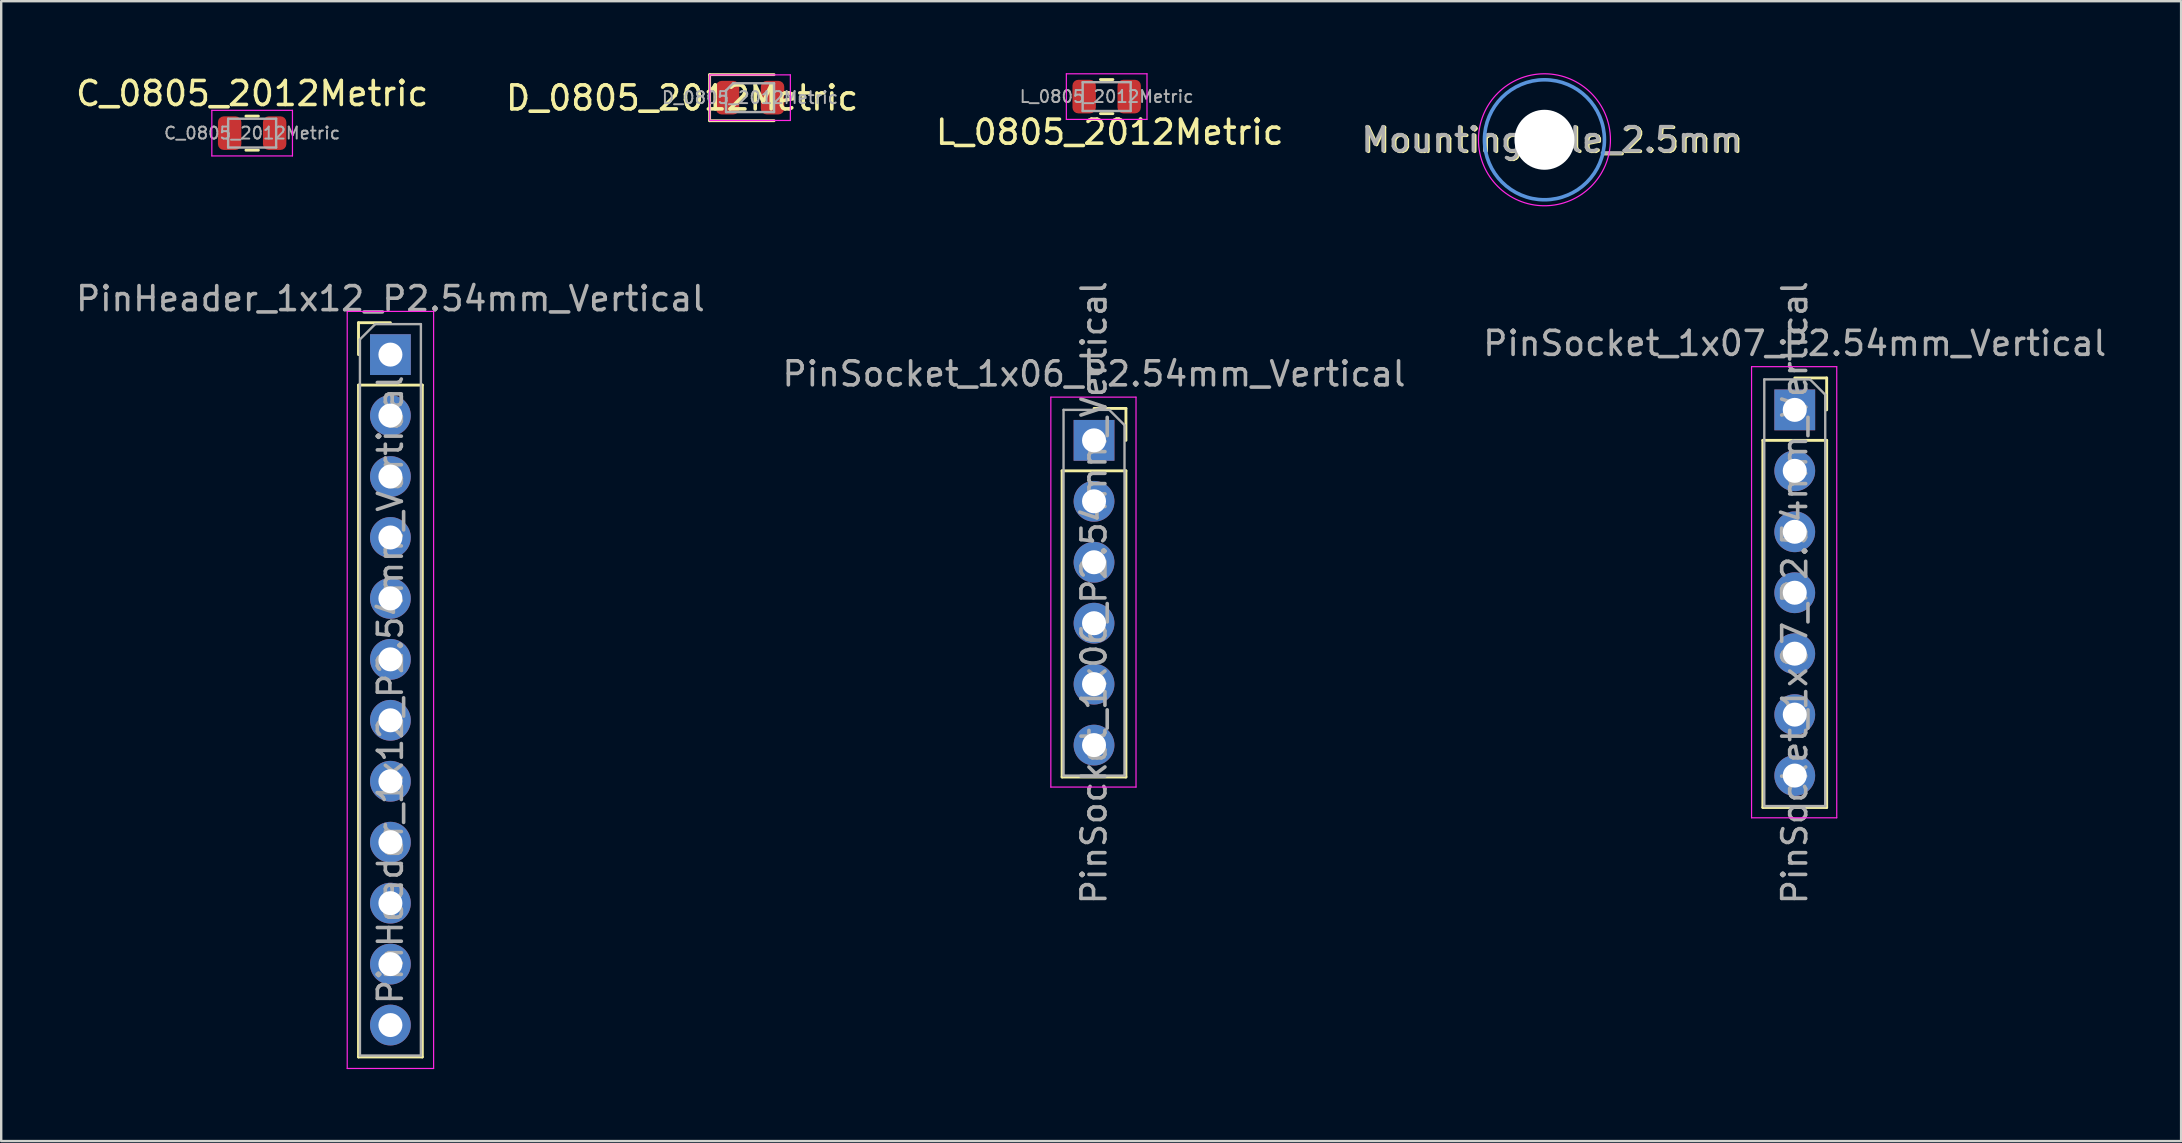
<source format=kicad_pcb>
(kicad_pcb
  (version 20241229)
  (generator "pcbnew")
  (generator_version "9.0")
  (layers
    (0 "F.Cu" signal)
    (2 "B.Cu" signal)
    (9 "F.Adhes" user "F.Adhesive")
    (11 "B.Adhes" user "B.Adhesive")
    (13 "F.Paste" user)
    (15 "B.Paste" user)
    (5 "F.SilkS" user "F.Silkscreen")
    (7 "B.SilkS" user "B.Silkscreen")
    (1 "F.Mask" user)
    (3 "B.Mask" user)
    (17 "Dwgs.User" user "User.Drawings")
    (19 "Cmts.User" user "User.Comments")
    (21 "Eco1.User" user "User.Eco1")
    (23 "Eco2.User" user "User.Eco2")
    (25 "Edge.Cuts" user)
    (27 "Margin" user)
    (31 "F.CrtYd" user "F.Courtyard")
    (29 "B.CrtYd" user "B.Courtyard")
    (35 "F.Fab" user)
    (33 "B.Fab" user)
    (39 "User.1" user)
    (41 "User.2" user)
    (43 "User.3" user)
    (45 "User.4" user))
  (footprint "L_0805_2012Metric"
    (layer "F.Cu")
    (at 43.069 0.975)
    (property "Reference" "L_0805_2012Metric" (at 0.127 1.486 180) (layer "F.SilkS") (effects (font (size 1 1) (thickness 0.15))))
    (attr smd)
    (fp_line (start -0.259 -0.71) (end 0.259 -0.71) (stroke (width 0.12) (type solid)) (layer "F.SilkS"))
    (fp_line (start -0.259 0.71) (end 0.259 0.71) (stroke (width 0.12) (type solid)) (layer "F.SilkS"))
    (fp_line (start -1.68 -0.95) (end 1.68 -0.95) (stroke (width 0.05) (type solid)) (layer "F.CrtYd"))
    (fp_line (start -1.68 0.95) (end -1.68 -0.95) (stroke (width 0.05) (type solid)) (layer "F.CrtYd"))
    (fp_line (start 1.68 -0.95) (end 1.68 0.95) (stroke (width 0.05) (type solid)) (layer "F.CrtYd"))
    (fp_line (start 1.68 0.95) (end -1.68 0.95) (stroke (width 0.05) (type solid)) (layer "F.CrtYd"))
    (fp_line (start -1 -0.6) (end 1 -0.6) (stroke (width 0.1) (type solid)) (layer "F.Fab"))
    (fp_line (start -1 0.6) (end -1 -0.6) (stroke (width 0.1) (type solid)) (layer "F.Fab"))
    (fp_line (start 1 -0.6) (end 1 0.6) (stroke (width 0.1) (type solid)) (layer "F.Fab"))
    (fp_line (start 1 0.6) (end -1 0.6) (stroke (width 0.1) (type solid)) (layer "F.Fab"))
    (fp_text user "${REFERENCE}" (at 0 0 180) (layer "F.Fab") (effects (font (size 0.5 0.5) (thickness 0.08))))
    (pad "1" smd roundrect (at -0.938 0) (size 0.975 1.4) (layers "F.Cu" "F.Mask" "F.Paste") (roundrect_rratio 0.25))
    (pad "2" smd roundrect (at 0.938 0) (size 0.975 1.4) (layers "F.Cu" "F.Mask" "F.Paste") (roundrect_rratio 0.25)))
  (footprint "D_0805_2012Metric"
    (layer "F.Cu")
    (at 28.207 1.02)
    (property "Reference" "D_0805_2012Metric" (at -2.832 0.013 0) (layer "F.SilkS") (effects (font (size 1 1) (thickness 0.15))))
    (attr smd)
    (fp_line (start -1.685 -0.96) (end -1.685 0.96) (stroke (width 0.12) (type solid)) (layer "F.SilkS"))
    (fp_line (start -1.685 0.96) (end 1 0.96) (stroke (width 0.12) (type solid)) (layer "F.SilkS"))
    (fp_line (start 1 -0.96) (end -1.685 -0.96) (stroke (width 0.12) (type solid)) (layer "F.SilkS"))
    (fp_line (start -1.68 -0.95) (end 1.68 -0.95) (stroke (width 0.05) (type solid)) (layer "F.CrtYd"))
    (fp_line (start -1.68 0.95) (end -1.68 -0.95) (stroke (width 0.05) (type solid)) (layer "F.CrtYd"))
    (fp_line (start 1.68 -0.95) (end 1.68 0.95) (stroke (width 0.05) (type solid)) (layer "F.CrtYd"))
    (fp_line (start 1.68 0.95) (end -1.68 0.95) (stroke (width 0.05) (type solid)) (layer "F.CrtYd"))
    (fp_line (start -1 -0.3) (end -1 0.6) (stroke (width 0.1) (type solid)) (layer "F.Fab"))
    (fp_line (start -1 0.6) (end 1 0.6) (stroke (width 0.1) (type solid)) (layer "F.Fab"))
    (fp_line (start -0.7 -0.6) (end -1 -0.3) (stroke (width 0.1) (type solid)) (layer "F.Fab"))
    (fp_line (start 1 -0.6) (end -0.7 -0.6) (stroke (width 0.1) (type solid)) (layer "F.Fab"))
    (fp_line (start 1 0.6) (end 1 -0.6) (stroke (width 0.1) (type solid)) (layer "F.Fab"))
    (fp_text user "${REFERENCE}" (at 0 0 0) (layer "F.Fab") (effects (font (size 0.5 0.5) (thickness 0.08))))
    (pad "1" smd roundrect (at -0.938 0) (size 0.975 1.4) (layers "F.Cu" "F.Mask" "F.Paste") (roundrect_rratio 0.25))
    (pad "2" smd roundrect (at 0.938 0) (size 0.975 1.4) (layers "F.Cu" "F.Mask" "F.Paste") (roundrect_rratio 0.25)))
  (footprint "MountingHole_2.5mm"
    (layer "F.Cu")
    (at 61.313 2.775)
    (property "Reference" "MountingHole_2.5mm" (at 0.356 0.025 180) (layer "F.SilkS") (effects (font (size 1 1) (thickness 0.15))))
    (attr exclude_from_pos_files exclude_from_bom)
    (fp_circle (center 0 0) (end 2.5 0) (stroke (width 0.15) (type solid)) (fill no) (layer "Cmts.User"))
    (fp_circle (center 0 0) (end 2.75 0) (stroke (width 0.05) (type solid)) (fill no) (layer "F.CrtYd"))
    (fp_text user "${REFERENCE}" (at 0.3 0 180) (layer "F.Fab") (effects (font (size 1 1) (thickness 0.15))))
    (pad "" np_thru_hole circle (at 0 0) (size 2.5 2.5) (drill 2.5) (layers "*.Cu" "*.Mask")))
  (footprint "PinSocket_1x06_P2.54mm_Vertical"
    (layer "F.Cu")
    (at 42.542 15.301)
    (property "Reference" "PinSocket_1x06_P2.54mm_Vertical" (at 0 -2.77 0) (layer "F.Fab") (effects (font (size 1 1) (thickness 0.15))))
    (attr through_hole)
    (fp_line (start -1.33 1.27) (end -1.33 14.03) (stroke (width 0.12) (type solid)) (layer "F.SilkS"))
    (fp_line (start -1.33 1.27) (end 1.33 1.27) (stroke (width 0.12) (type solid)) (layer "F.SilkS"))
    (fp_line (start -1.33 14.03) (end 1.33 14.03) (stroke (width 0.12) (type solid)) (layer "F.SilkS"))
    (fp_line (start 0 -1.33) (end 1.33 -1.33) (stroke (width 0.12) (type solid)) (layer "F.SilkS"))
    (fp_line (start 1.33 -1.33) (end 1.33 0) (stroke (width 0.12) (type solid)) (layer "F.SilkS"))
    (fp_line (start 1.33 1.27) (end 1.33 14.03) (stroke (width 0.12) (type solid)) (layer "F.SilkS"))
    (fp_line (start -1.8 -1.8) (end 1.75 -1.8) (stroke (width 0.05) (type solid)) (layer "F.CrtYd"))
    (fp_line (start -1.8 14.45) (end -1.8 -1.8) (stroke (width 0.05) (type solid)) (layer "F.CrtYd"))
    (fp_line (start 1.75 -1.8) (end 1.75 14.45) (stroke (width 0.05) (type solid)) (layer "F.CrtYd"))
    (fp_line (start 1.75 14.45) (end -1.8 14.45) (stroke (width 0.05) (type solid)) (layer "F.CrtYd"))
    (fp_line (start -1.27 -1.27) (end 0.635 -1.27) (stroke (width 0.1) (type solid)) (layer "F.Fab"))
    (fp_line (start -1.27 13.97) (end -1.27 -1.27) (stroke (width 0.1) (type solid)) (layer "F.Fab"))
    (fp_line (start 0.635 -1.27) (end 1.27 -0.635) (stroke (width 0.1) (type solid)) (layer "F.Fab"))
    (fp_line (start 1.27 -0.635) (end 1.27 13.97) (stroke (width 0.1) (type solid)) (layer "F.Fab"))
    (fp_line (start 1.27 13.97) (end -1.27 13.97) (stroke (width 0.1) (type solid)) (layer "F.Fab"))
    (fp_text user "${REFERENCE}" (at 0 6.35 270) (layer "F.Fab") (effects (font (size 1 1) (thickness 0.15))))
    (pad "1" thru_hole rect (at 0 0) (size 1.7 1.7) (drill 1) (layers "*.Cu" "*.Mask"))
    (pad "2" thru_hole oval (at 0 2.54) (size 1.7 1.7) (drill 1) (layers "*.Cu" "*.Mask"))
    (pad "3" thru_hole oval (at 0 5.08) (size 1.7 1.7) (drill 1) (layers "*.Cu" "*.Mask"))
    (pad "4" thru_hole oval (at 0 7.62) (size 1.7 1.7) (drill 1) (layers "*.Cu" "*.Mask"))
    (pad "5" thru_hole oval (at 0 10.16) (size 1.7 1.7) (drill 1) (layers "*.Cu" "*.Mask"))
    (pad "6" thru_hole oval (at 0 12.7) (size 1.7 1.7) (drill 1) (layers "*.Cu" "*.Mask")))
  (footprint "PinSocket_1x07_P2.54mm_Vertical"
    (layer "F.Cu")
    (at 71.744 14.031)
    (property "Reference" "PinSocket_1x07_P2.54mm_Vertical" (at 0 -2.77 0) (layer "F.Fab") (effects (font (size 1 1) (thickness 0.15))))
    (attr through_hole)
    (fp_line (start -1.33 1.27) (end -1.33 16.57) (stroke (width 0.12) (type solid)) (layer "F.SilkS"))
    (fp_line (start -1.33 1.27) (end 1.33 1.27) (stroke (width 0.12) (type solid)) (layer "F.SilkS"))
    (fp_line (start -1.33 16.57) (end 1.33 16.57) (stroke (width 0.12) (type solid)) (layer "F.SilkS"))
    (fp_line (start 0 -1.33) (end 1.33 -1.33) (stroke (width 0.12) (type solid)) (layer "F.SilkS"))
    (fp_line (start 1.33 -1.33) (end 1.33 0) (stroke (width 0.12) (type solid)) (layer "F.SilkS"))
    (fp_line (start 1.33 1.27) (end 1.33 16.57) (stroke (width 0.12) (type solid)) (layer "F.SilkS"))
    (fp_line (start -1.8 -1.8) (end 1.75 -1.8) (stroke (width 0.05) (type solid)) (layer "F.CrtYd"))
    (fp_line (start -1.8 17) (end -1.8 -1.8) (stroke (width 0.05) (type solid)) (layer "F.CrtYd"))
    (fp_line (start 1.75 -1.8) (end 1.75 17) (stroke (width 0.05) (type solid)) (layer "F.CrtYd"))
    (fp_line (start 1.75 17) (end -1.8 17) (stroke (width 0.05) (type solid)) (layer "F.CrtYd"))
    (fp_line (start -1.27 -1.27) (end 0.635 -1.27) (stroke (width 0.1) (type solid)) (layer "F.Fab"))
    (fp_line (start -1.27 16.51) (end -1.27 -1.27) (stroke (width 0.1) (type solid)) (layer "F.Fab"))
    (fp_line (start 0.635 -1.27) (end 1.27 -0.635) (stroke (width 0.1) (type solid)) (layer "F.Fab"))
    (fp_line (start 1.27 -0.635) (end 1.27 16.51) (stroke (width 0.1) (type solid)) (layer "F.Fab"))
    (fp_line (start 1.27 16.51) (end -1.27 16.51) (stroke (width 0.1) (type solid)) (layer "F.Fab"))
    (fp_text user "${REFERENCE}" (at 0 7.62 270) (layer "F.Fab") (effects (font (size 1 1) (thickness 0.15))))
    (pad "1" thru_hole rect (at 0 0) (size 1.7 1.7) (drill 1) (layers "*.Cu" "*.Mask"))
    (pad "2" thru_hole oval (at 0 2.54) (size 1.7 1.7) (drill 1) (layers "*.Cu" "*.Mask"))
    (pad "3" thru_hole oval (at 0 5.08) (size 1.7 1.7) (drill 1) (layers "*.Cu" "*.Mask"))
    (pad "4" thru_hole oval (at 0 7.62) (size 1.7 1.7) (drill 1) (layers "*.Cu" "*.Mask"))
    (pad "5" thru_hole oval (at 0 10.16) (size 1.7 1.7) (drill 1) (layers "*.Cu" "*.Mask"))
    (pad "6" thru_hole oval (at 0 12.7) (size 1.7 1.7) (drill 1) (layers "*.Cu" "*.Mask"))
    (pad "7" thru_hole oval (at 0 15.24) (size 1.7 1.7) (drill 1) (layers "*.Cu" "*.Mask")))
  (footprint "PinHeader_1x12_P2.54mm_Vertical"
    (layer "F.Cu")
    (at 13.22 11.728)
    (property "Reference" "PinHeader_1x12_P2.54mm_Vertical" (at 0 -2.33 0) (layer "F.Fab") (effects (font (size 1 1) (thickness 0.15))))
    (attr through_hole)
    (fp_line (start -1.33 -1.33) (end 0 -1.33) (stroke (width 0.12) (type solid)) (layer "F.SilkS"))
    (fp_line (start -1.33 0) (end -1.33 -1.33) (stroke (width 0.12) (type solid)) (layer "F.SilkS"))
    (fp_line (start -1.33 1.27) (end -1.33 29.27) (stroke (width 0.12) (type solid)) (layer "F.SilkS"))
    (fp_line (start -1.33 1.27) (end 1.33 1.27) (stroke (width 0.12) (type solid)) (layer "F.SilkS"))
    (fp_line (start -1.33 29.27) (end 1.33 29.27) (stroke (width 0.12) (type solid)) (layer "F.SilkS"))
    (fp_line (start 1.33 1.27) (end 1.33 29.27) (stroke (width 0.12) (type solid)) (layer "F.SilkS"))
    (fp_line (start -1.8 -1.8) (end -1.8 29.75) (stroke (width 0.05) (type solid)) (layer "F.CrtYd"))
    (fp_line (start -1.8 29.75) (end 1.8 29.75) (stroke (width 0.05) (type solid)) (layer "F.CrtYd"))
    (fp_line (start 1.8 -1.8) (end -1.8 -1.8) (stroke (width 0.05) (type solid)) (layer "F.CrtYd"))
    (fp_line (start 1.8 29.75) (end 1.8 -1.8) (stroke (width 0.05) (type solid)) (layer "F.CrtYd"))
    (fp_line (start -1.27 -0.635) (end -0.635 -1.27) (stroke (width 0.1) (type solid)) (layer "F.Fab"))
    (fp_line (start -1.27 29.21) (end -1.27 -0.635) (stroke (width 0.1) (type solid)) (layer "F.Fab"))
    (fp_line (start -0.635 -1.27) (end 1.27 -1.27) (stroke (width 0.1) (type solid)) (layer "F.Fab"))
    (fp_line (start 1.27 -1.27) (end 1.27 29.21) (stroke (width 0.1) (type solid)) (layer "F.Fab"))
    (fp_line (start 1.27 29.21) (end -1.27 29.21) (stroke (width 0.1) (type solid)) (layer "F.Fab"))
    (fp_text user "${REFERENCE}" (at 0 13.97 90) (layer "F.Fab") (effects (font (size 1 1) (thickness 0.15))))
    (pad "1" thru_hole rect (at 0 0) (size 1.7 1.7) (drill 1) (layers "*.Cu" "*.Mask"))
    (pad "2" thru_hole oval (at 0 2.54) (size 1.7 1.7) (drill 1) (layers "*.Cu" "*.Mask"))
    (pad "3" thru_hole oval (at 0 5.08) (size 1.7 1.7) (drill 1) (layers "*.Cu" "*.Mask"))
    (pad "4" thru_hole oval (at 0 7.62) (size 1.7 1.7) (drill 1) (layers "*.Cu" "*.Mask"))
    (pad "5" thru_hole oval (at 0 10.16) (size 1.7 1.7) (drill 1) (layers "*.Cu" "*.Mask"))
    (pad "6" thru_hole oval (at 0 12.7) (size 1.7 1.7) (drill 1) (layers "*.Cu" "*.Mask"))
    (pad "7" thru_hole oval (at 0 15.24) (size 1.7 1.7) (drill 1) (layers "*.Cu" "*.Mask"))
    (pad "8" thru_hole oval (at 0 17.78) (size 1.7 1.7) (drill 1) (layers "*.Cu" "*.Mask"))
    (pad "9" thru_hole oval (at 0 20.32) (size 1.7 1.7) (drill 1) (layers "*.Cu" "*.Mask"))
    (pad "10" thru_hole oval (at 0 22.86) (size 1.7 1.7) (drill 1) (layers "*.Cu" "*.Mask"))
    (pad "11" thru_hole oval (at 0 25.4) (size 1.7 1.7) (drill 1) (layers "*.Cu" "*.Mask"))
    (pad "12" thru_hole oval (at 0 27.94) (size 1.7 1.7) (drill 1) (layers "*.Cu" "*.Mask")))
  (footprint "C_0805_2012Metric"
    (layer "F.Cu")
    (at 7.458 2.498)
    (property "Reference" "C_0805_2012Metric" (at 0 -1.65 0) (layer "F.SilkS") (effects (font (size 1 1) (thickness 0.15))))
    (attr smd)
    (fp_line (start -0.259 -0.71) (end 0.259 -0.71) (stroke (width 0.12) (type solid)) (layer "F.SilkS"))
    (fp_line (start -0.259 0.71) (end 0.259 0.71) (stroke (width 0.12) (type solid)) (layer "F.SilkS"))
    (fp_line (start -1.68 -0.95) (end 1.68 -0.95) (stroke (width 0.05) (type solid)) (layer "F.CrtYd"))
    (fp_line (start -1.68 0.95) (end -1.68 -0.95) (stroke (width 0.05) (type solid)) (layer "F.CrtYd"))
    (fp_line (start 1.68 -0.95) (end 1.68 0.95) (stroke (width 0.05) (type solid)) (layer "F.CrtYd"))
    (fp_line (start 1.68 0.95) (end -1.68 0.95) (stroke (width 0.05) (type solid)) (layer "F.CrtYd"))
    (fp_line (start -1 -0.6) (end 1 -0.6) (stroke (width 0.1) (type solid)) (layer "F.Fab"))
    (fp_line (start -1 0.6) (end -1 -0.6) (stroke (width 0.1) (type solid)) (layer "F.Fab"))
    (fp_line (start 1 -0.6) (end 1 0.6) (stroke (width 0.1) (type solid)) (layer "F.Fab"))
    (fp_line (start 1 0.6) (end -1 0.6) (stroke (width 0.1) (type solid)) (layer "F.Fab"))
    (fp_text user "${REFERENCE}" (at 0 0 0) (layer "F.Fab") (effects (font (size 0.5 0.5) (thickness 0.08))))
    (pad "1" smd roundrect (at -0.938 0) (size 0.975 1.4) (layers "F.Cu" "F.Mask" "F.Paste") (roundrect_rratio 0.25))
    (pad "2" smd roundrect (at 0.938 0) (size 0.975 1.4) (layers "F.Cu" "F.Mask" "F.Paste") (roundrect_rratio 0.25)))
  (gr_rect
    (start -3 -3)
    (end 87.845 44.503)
    (stroke (width 0.1) (type default))
    (fill no)
    (layer "Edge.Cuts")))
</source>
